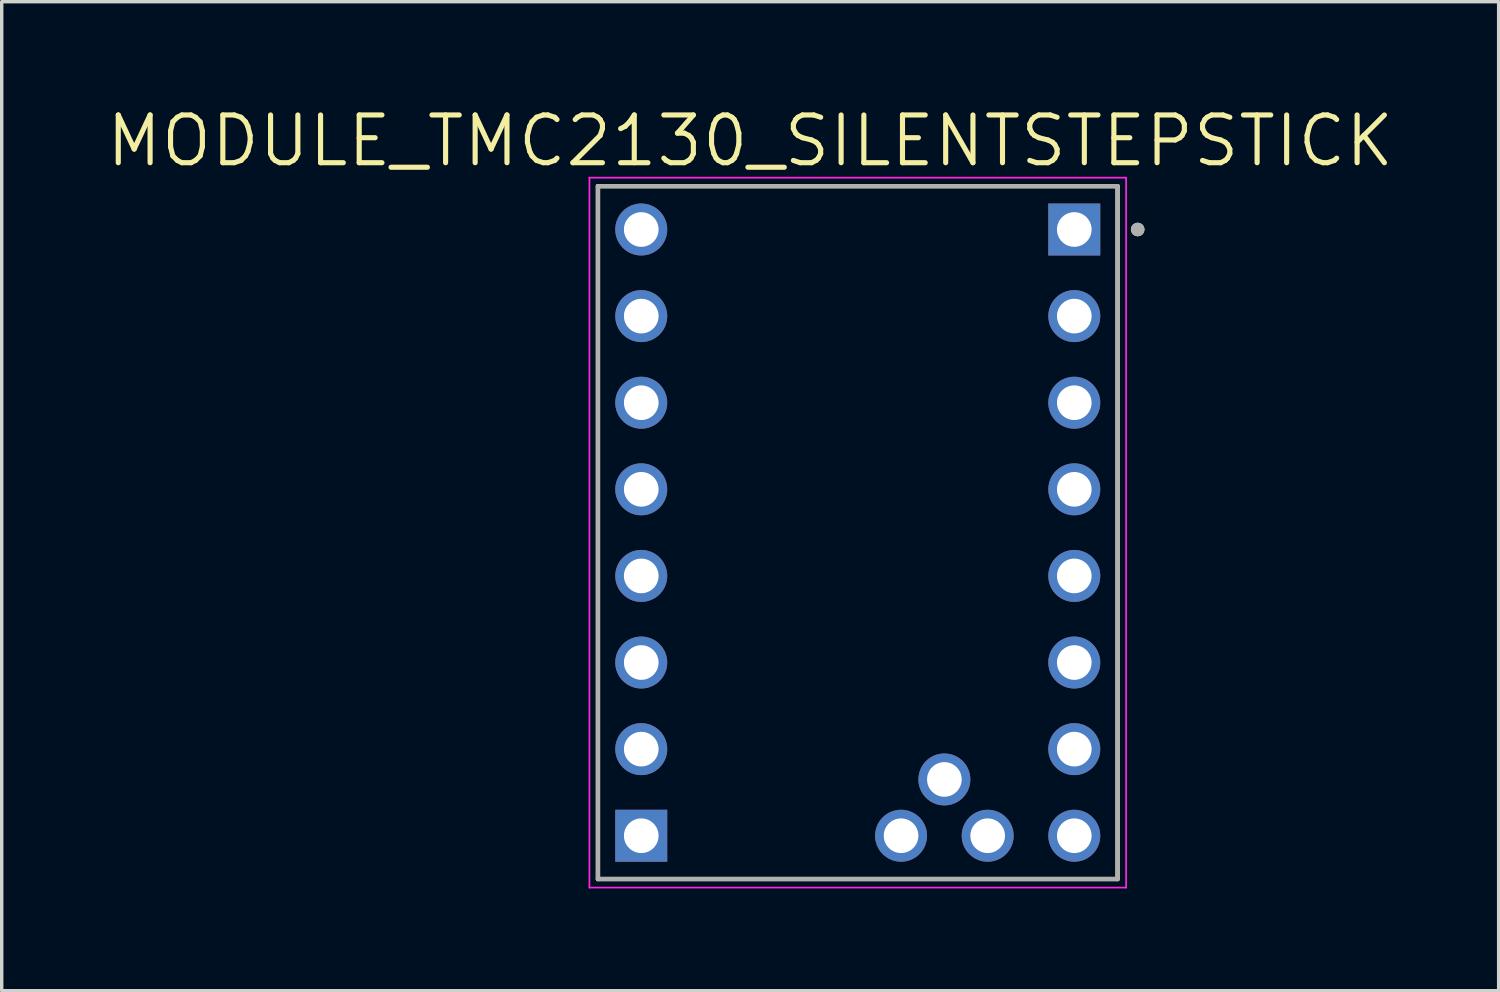
<source format=kicad_pcb>
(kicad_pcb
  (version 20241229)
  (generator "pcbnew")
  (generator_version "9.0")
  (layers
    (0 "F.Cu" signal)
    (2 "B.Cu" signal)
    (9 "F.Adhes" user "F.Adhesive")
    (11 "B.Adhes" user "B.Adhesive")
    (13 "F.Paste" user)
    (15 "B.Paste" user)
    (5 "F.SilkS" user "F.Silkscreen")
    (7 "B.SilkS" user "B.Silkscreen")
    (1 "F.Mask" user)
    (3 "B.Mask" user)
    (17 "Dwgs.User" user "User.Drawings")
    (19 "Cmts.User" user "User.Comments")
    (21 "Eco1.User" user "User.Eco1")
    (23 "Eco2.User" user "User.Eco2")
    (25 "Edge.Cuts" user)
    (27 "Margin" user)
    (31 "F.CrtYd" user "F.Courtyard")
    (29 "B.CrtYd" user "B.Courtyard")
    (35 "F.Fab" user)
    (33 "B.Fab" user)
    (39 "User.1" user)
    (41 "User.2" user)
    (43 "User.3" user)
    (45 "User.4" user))
  (footprint "MODULE_TMC2130_SILENTSTEPSTICK"
    (layer "F.Cu")
    (at 22.107 12.571)
    (property "Reference" "MODULE_TMC2130_SILENTSTEPSTICK" (at -3.155 -11.489 0) (layer "F.SilkS") (effects (font (size 1.4 1.4) (thickness 0.15))))
    (attr through_hole)
    (fp_line (start -7.62 -10.16) (end -7.62 10.16) (stroke (width 0.127) (type solid)) (layer "F.SilkS"))
    (fp_line (start -7.62 10.16) (end 7.62 10.16) (stroke (width 0.127) (type solid)) (layer "F.SilkS"))
    (fp_line (start 7.62 -10.16) (end -7.62 -10.16) (stroke (width 0.127) (type solid)) (layer "F.SilkS"))
    (fp_line (start 7.62 10.16) (end 7.62 -10.16) (stroke (width 0.127) (type solid)) (layer "F.SilkS"))
    (fp_circle (center 8.21 -8.89) (end 8.31 -8.89) (stroke (width 0.2) (type solid)) (fill no) (layer "F.SilkS"))
    (fp_line (start -7.87 -10.41) (end -7.87 10.41) (stroke (width 0.05) (type solid)) (layer "F.CrtYd"))
    (fp_line (start -7.87 -10.41) (end 7.87 -10.41) (stroke (width 0.05) (type solid)) (layer "F.CrtYd"))
    (fp_line (start -7.87 10.41) (end 7.87 10.41) (stroke (width 0.05) (type solid)) (layer "F.CrtYd"))
    (fp_line (start 7.87 -10.41) (end 7.87 10.41) (stroke (width 0.05) (type solid)) (layer "F.CrtYd"))
    (fp_line (start -7.62 -10.16) (end -7.62 10.16) (stroke (width 0.127) (type solid)) (layer "F.Fab"))
    (fp_line (start -7.62 10.16) (end 7.62 10.16) (stroke (width 0.127) (type solid)) (layer "F.Fab"))
    (fp_line (start 7.62 -10.16) (end -7.62 -10.16) (stroke (width 0.127) (type solid)) (layer "F.Fab"))
    (fp_line (start 7.62 10.16) (end 7.62 -10.16) (stroke (width 0.127) (type solid)) (layer "F.Fab"))
    (fp_circle (center 8.21 -8.89) (end 8.31 -8.89) (stroke (width 0.2) (type solid)) (fill no) (layer "F.Fab"))
    (pad "JP1_1" thru_hole rect (at 6.35 -8.89) (size 1.524 1.524) (drill 1.016) (layers "*.Cu" "*.Mask"))
    (pad "JP1_2" thru_hole circle (at 6.35 -6.35) (size 1.524 1.524) (drill 1.016) (layers "*.Cu" "*.Mask"))
    (pad "JP1_3" thru_hole circle (at 6.35 -3.81) (size 1.524 1.524) (drill 1.016) (layers "*.Cu" "*.Mask"))
    (pad "JP1_4" thru_hole circle (at 6.35 -1.27) (size 1.524 1.524) (drill 1.016) (layers "*.Cu" "*.Mask"))
    (pad "JP1_5" thru_hole circle (at 6.35 1.27) (size 1.524 1.524) (drill 1.016) (layers "*.Cu" "*.Mask"))
    (pad "JP1_6" thru_hole circle (at 6.35 3.81) (size 1.524 1.524) (drill 1.016) (layers "*.Cu" "*.Mask"))
    (pad "JP1_7" thru_hole circle (at 6.35 6.35) (size 1.524 1.524) (drill 1.016) (layers "*.Cu" "*.Mask"))
    (pad "JP1_8" thru_hole circle (at 6.35 8.89) (size 1.524 1.524) (drill 1.016) (layers "*.Cu" "*.Mask"))
    (pad "JP2_1" thru_hole rect (at -6.35 8.89) (size 1.524 1.524) (drill 1.016) (layers "*.Cu" "*.Mask"))
    (pad "JP2_2" thru_hole circle (at -6.35 6.35) (size 1.524 1.524) (drill 1.016) (layers "*.Cu" "*.Mask"))
    (pad "JP2_3" thru_hole circle (at -6.35 3.81) (size 1.524 1.524) (drill 1.016) (layers "*.Cu" "*.Mask"))
    (pad "JP2_4" thru_hole circle (at -6.35 1.27) (size 1.524 1.524) (drill 1.016) (layers "*.Cu" "*.Mask"))
    (pad "JP2_5" thru_hole circle (at -6.35 -1.27) (size 1.524 1.524) (drill 1.016) (layers "*.Cu" "*.Mask"))
    (pad "JP2_6" thru_hole circle (at -6.35 -3.81) (size 1.524 1.524) (drill 1.016) (layers "*.Cu" "*.Mask"))
    (pad "JP2_7" thru_hole circle (at -6.35 -6.35) (size 1.524 1.524) (drill 1.016) (layers "*.Cu" "*.Mask"))
    (pad "JP2_8" thru_hole circle (at -6.35 -8.89) (size 1.524 1.524) (drill 1.016) (layers "*.Cu" "*.Mask"))
    (pad "JP3_1" thru_hole circle (at 1.27 8.89) (size 1.524 1.524) (drill 1.016) (layers "*.Cu" "*.Mask"))
    (pad "JP3_2" thru_hole circle (at 3.81 8.89) (size 1.524 1.524) (drill 1.016) (layers "*.Cu" "*.Mask"))
    (pad "VREF" thru_hole circle (at 2.54 7.239) (size 1.524 1.524) (drill 1.016) (layers "*.Cu" "*.Mask")))
  (gr_rect
    (start -3 -3)
    (end 40.903 26.006)
    (stroke (width 0.1) (type default))
    (fill no)
    (layer "Edge.Cuts")))
</source>
